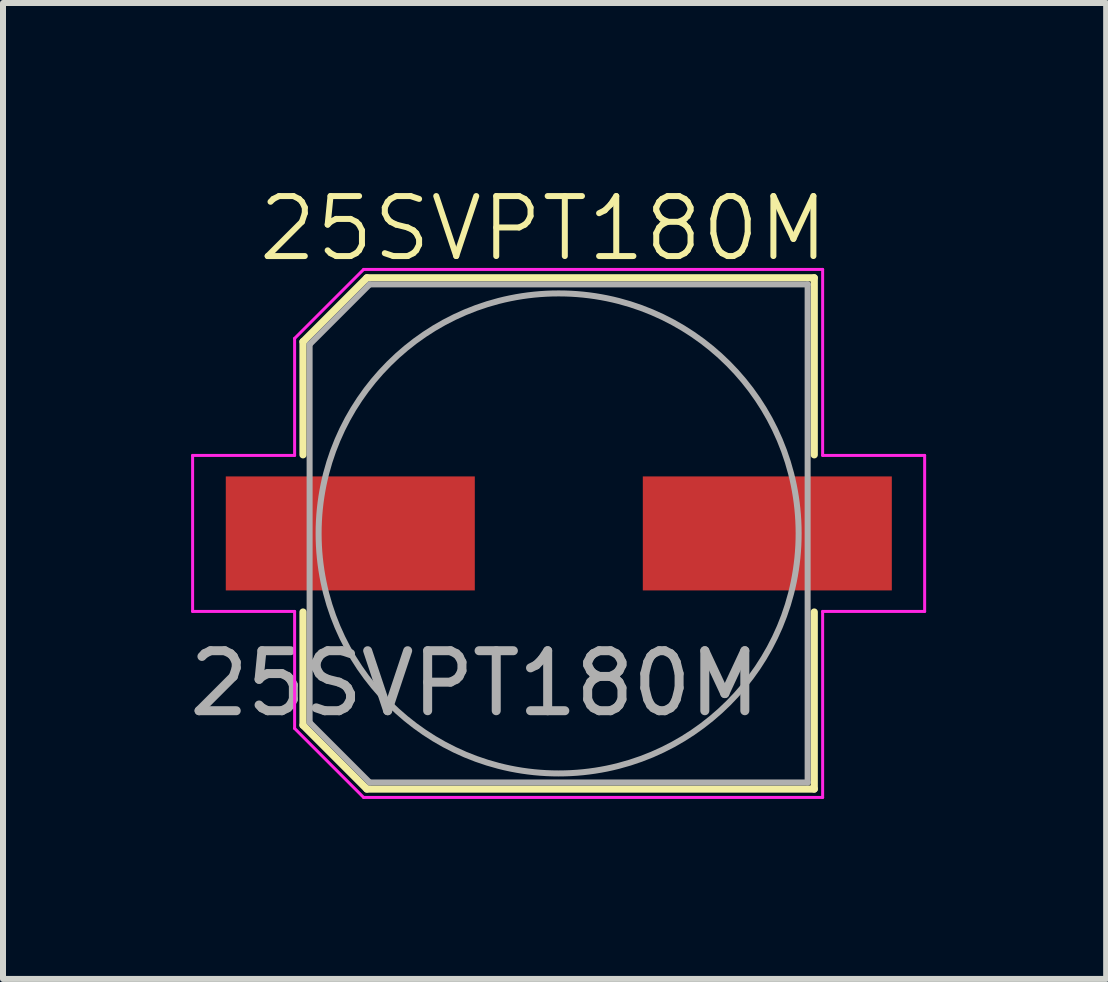
<source format=kicad_pcb>
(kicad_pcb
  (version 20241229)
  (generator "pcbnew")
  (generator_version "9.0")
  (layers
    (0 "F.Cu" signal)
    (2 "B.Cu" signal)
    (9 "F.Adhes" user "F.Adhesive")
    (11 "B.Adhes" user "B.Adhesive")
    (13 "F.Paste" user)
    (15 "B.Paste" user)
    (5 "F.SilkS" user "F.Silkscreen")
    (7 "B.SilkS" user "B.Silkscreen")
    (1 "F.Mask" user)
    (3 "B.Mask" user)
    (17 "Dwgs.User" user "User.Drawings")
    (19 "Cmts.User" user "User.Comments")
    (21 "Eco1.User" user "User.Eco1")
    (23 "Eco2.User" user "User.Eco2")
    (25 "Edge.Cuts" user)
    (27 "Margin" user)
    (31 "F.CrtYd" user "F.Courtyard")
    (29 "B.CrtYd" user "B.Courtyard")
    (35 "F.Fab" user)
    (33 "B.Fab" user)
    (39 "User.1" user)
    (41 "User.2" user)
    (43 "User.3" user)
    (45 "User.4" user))
  (footprint "25SVPT180M"
    (layer "F.Cu")
    (at 4.863 5.84)
    (property "Reference" "25SVPT180M" (at 1.143 -5.08 0) (unlocked yes) (layer "F.SilkS") (effects (font (size 1 1) (thickness 0.1))))
    (attr smd)
    (fp_line (start -2.863 -3.196) (end -2.863 -1.31) (stroke (width 0.12) (type solid)) (layer "F.SilkS"))
    (fp_line (start -2.863 -3.196) (end -1.799 -4.26) (stroke (width 0.12) (type solid)) (layer "F.SilkS"))
    (fp_line (start -2.863 3.196) (end -2.863 1.31) (stroke (width 0.12) (type solid)) (layer "F.SilkS"))
    (fp_line (start -2.863 3.196) (end -1.799 4.26) (stroke (width 0.12) (type solid)) (layer "F.SilkS"))
    (fp_line (start -1.799 -4.26) (end 5.657 -4.26) (stroke (width 0.12) (type solid)) (layer "F.SilkS"))
    (fp_line (start -1.799 4.26) (end 5.657 4.26) (stroke (width 0.12) (type solid)) (layer "F.SilkS"))
    (fp_line (start 5.657 -4.26) (end 5.657 -1.31) (stroke (width 0.12) (type solid)) (layer "F.SilkS"))
    (fp_line (start 5.657 4.26) (end 5.657 1.31) (stroke (width 0.12) (type solid)) (layer "F.SilkS"))
    (fp_line (start -4.703 -1.3) (end -4.703 1.3) (stroke (width 0.05) (type solid)) (layer "F.CrtYd"))
    (fp_line (start -4.703 1.3) (end -3.003 1.3) (stroke (width 0.05) (type solid)) (layer "F.CrtYd"))
    (fp_line (start -3.003 -3.25) (end -3.003 -1.3) (stroke (width 0.05) (type solid)) (layer "F.CrtYd"))
    (fp_line (start -3.003 -3.25) (end -1.853 -4.4) (stroke (width 0.05) (type solid)) (layer "F.CrtYd"))
    (fp_line (start -3.003 -1.3) (end -4.703 -1.3) (stroke (width 0.05) (type solid)) (layer "F.CrtYd"))
    (fp_line (start -3.003 1.3) (end -3.003 3.25) (stroke (width 0.05) (type solid)) (layer "F.CrtYd"))
    (fp_line (start -3.003 3.25) (end -1.853 4.4) (stroke (width 0.05) (type solid)) (layer "F.CrtYd"))
    (fp_line (start -1.853 -4.4) (end 5.797 -4.4) (stroke (width 0.05) (type solid)) (layer "F.CrtYd"))
    (fp_line (start -1.853 4.4) (end 5.797 4.4) (stroke (width 0.05) (type solid)) (layer "F.CrtYd"))
    (fp_line (start 5.797 -4.4) (end 5.797 -1.3) (stroke (width 0.05) (type solid)) (layer "F.CrtYd"))
    (fp_line (start 5.797 -1.3) (end 7.497 -1.3) (stroke (width 0.05) (type solid)) (layer "F.CrtYd"))
    (fp_line (start 5.797 1.3) (end 5.797 4.4) (stroke (width 0.05) (type solid)) (layer "F.CrtYd"))
    (fp_line (start 7.497 -1.3) (end 7.497 1.3) (stroke (width 0.05) (type solid)) (layer "F.CrtYd"))
    (fp_line (start 7.497 1.3) (end 5.797 1.3) (stroke (width 0.05) (type solid)) (layer "F.CrtYd"))
    (fp_line (start -2.753 -3.15) (end -2.753 3.15) (stroke (width 0.1) (type solid)) (layer "F.Fab"))
    (fp_line (start -2.753 -3.15) (end -1.753 -4.15) (stroke (width 0.1) (type solid)) (layer "F.Fab"))
    (fp_line (start -2.753 3.15) (end -1.753 4.15) (stroke (width 0.1) (type solid)) (layer "F.Fab"))
    (fp_line (start -1.753 -4.15) (end 5.547 -4.15) (stroke (width 0.1) (type solid)) (layer "F.Fab"))
    (fp_line (start -1.753 4.15) (end 5.547 4.15) (stroke (width 0.1) (type solid)) (layer "F.Fab"))
    (fp_line (start 5.547 -4.15) (end 5.547 4.15) (stroke (width 0.1) (type solid)) (layer "F.Fab"))
    (fp_circle (center 1.397 0) (end 5.397 0) (stroke (width 0.1) (type solid)) (fill no) (layer "F.Fab"))
    (fp_text user "${REFERENCE}" (at 0 2.5 0) (unlocked yes) (layer "F.Fab") (effects (font (size 1 1) (thickness 0.15))))
    (pad "1" smd rect (at -2.075 0) (size 4.15 1.9) (layers "F.Cu" "F.Mask" "F.Paste"))
    (pad "2" smd rect (at 4.875 0) (size 4.15 1.9) (layers "F.Cu" "F.Mask" "F.Paste")))
  (gr_rect
    (start -3 -3)
    (end 15.385 13.265)
    (stroke (width 0.1) (type default))
    (fill no)
    (layer "Edge.Cuts")))
</source>
